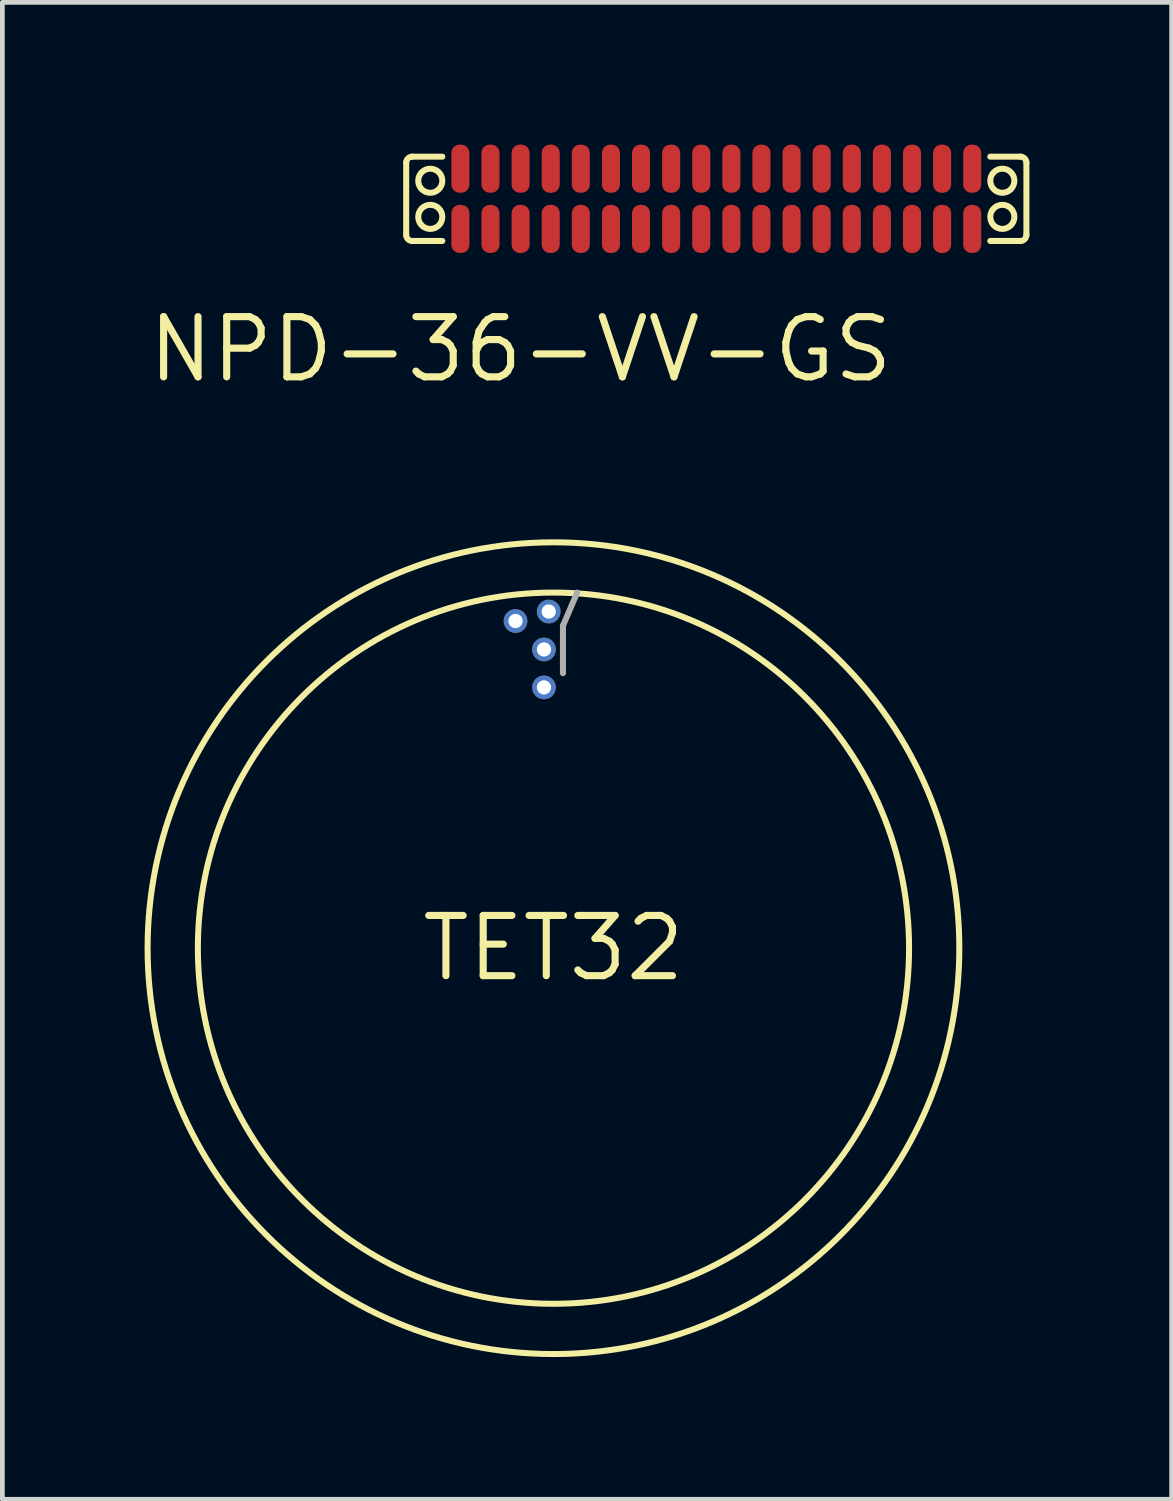
<source format=kicad_pcb>
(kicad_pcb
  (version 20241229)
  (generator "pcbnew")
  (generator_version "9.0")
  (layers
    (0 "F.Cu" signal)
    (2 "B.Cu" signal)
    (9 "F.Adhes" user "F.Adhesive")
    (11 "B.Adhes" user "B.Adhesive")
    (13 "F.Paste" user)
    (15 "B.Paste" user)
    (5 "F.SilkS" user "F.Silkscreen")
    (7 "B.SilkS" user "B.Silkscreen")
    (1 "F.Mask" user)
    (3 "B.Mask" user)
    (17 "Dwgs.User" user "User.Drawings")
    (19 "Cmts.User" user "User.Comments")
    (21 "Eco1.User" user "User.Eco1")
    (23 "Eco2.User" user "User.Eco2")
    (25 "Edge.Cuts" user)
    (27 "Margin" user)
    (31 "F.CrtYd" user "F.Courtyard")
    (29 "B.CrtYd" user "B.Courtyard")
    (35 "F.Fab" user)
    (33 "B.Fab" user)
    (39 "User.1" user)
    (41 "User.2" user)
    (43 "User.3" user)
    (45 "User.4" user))
  (footprint "NPD-36-VV-GS"
    (layer "F.Cu")
    (at 6.66 1.778)
    (property "Reference" "NPD-36-VV-GS" (at 1.27 2.54 0) (layer "F.SilkS") (effects (font (size 1.27 1.27) (thickness 0.15))))
    (attr through_hole)
    (fp_line (start -1.143 -1.397) (end -1.143 0.127) (stroke (width 0.127) (type solid)) (layer "F.SilkS"))
    (fp_line (start -1.016 0.254) (end -0.381 0.254) (stroke (width 0.127) (type solid)) (layer "F.SilkS"))
    (fp_line (start -0.381 -1.524) (end -1.016 -1.524) (stroke (width 0.127) (type solid)) (layer "F.SilkS"))
    (fp_line (start 11.176 0.254) (end 11.811 0.254) (stroke (width 0.127) (type solid)) (layer "F.SilkS"))
    (fp_line (start 11.811 -1.524) (end 11.176 -1.524) (stroke (width 0.127) (type solid)) (layer "F.SilkS"))
    (fp_line (start 11.938 0.127) (end 11.938 -1.397) (stroke (width 0.127) (type solid)) (layer "F.SilkS"))
    (fp_arc (start -1.143 -1.397) (mid -1.105803 -1.486803) (end -1.016 -1.524) (stroke (width 0.127) (type solid)) (layer "F.SilkS"))
    (fp_arc (start -1.015999 0.253999) (mid -1.105802 0.216802) (end -1.143 0.127) (stroke (width 0.127) (type solid)) (layer "F.SilkS"))
    (fp_arc (start 11.811 -1.524) (mid 11.900803 -1.486803) (end 11.938 -1.397) (stroke (width 0.127) (type solid)) (layer "F.SilkS"))
    (fp_arc (start 11.938001 0.126999) (mid 11.900803 0.216802) (end 11.811 0.254) (stroke (width 0.127) (type solid)) (layer "F.SilkS"))
    (fp_circle (center -0.635 -1.016) (end -0.381 -1.016) (stroke (width 0.127) (type solid)) (fill no) (layer "F.SilkS"))
    (fp_circle (center -0.635 -0.254) (end -0.381 -0.254) (stroke (width 0.127) (type solid)) (fill no) (layer "F.SilkS"))
    (fp_circle (center 11.43 -1.016) (end 11.684 -1.016) (stroke (width 0.127) (type solid)) (fill no) (layer "F.SilkS"))
    (fp_circle (center 11.43 -0.254) (end 11.684 -0.254) (stroke (width 0.127) (type solid)) (fill no) (layer "F.SilkS"))
    (pad "1" smd roundrect (at 0 0) (size 0.381 1.016) (layers "F.Cu" "F.Mask" "F.Paste") (roundrect_rratio 0.45))
    (pad "2" smd roundrect (at 0.635 0) (size 0.381 1.016) (layers "F.Cu" "F.Mask" "F.Paste") (roundrect_rratio 0.45))
    (pad "3" smd roundrect (at 1.27 0) (size 0.381 1.016) (layers "F.Cu" "F.Mask" "F.Paste") (roundrect_rratio 0.45))
    (pad "4" smd roundrect (at 1.905 0) (size 0.381 1.016) (layers "F.Cu" "F.Mask" "F.Paste") (roundrect_rratio 0.45))
    (pad "5" smd roundrect (at 2.54 0) (size 0.381 1.016) (layers "F.Cu" "F.Mask" "F.Paste") (roundrect_rratio 0.45))
    (pad "6" smd roundrect (at 3.175 0) (size 0.381 1.016) (layers "F.Cu" "F.Mask" "F.Paste") (roundrect_rratio 0.45))
    (pad "7" smd roundrect (at 3.81 0) (size 0.381 1.016) (layers "F.Cu" "F.Mask" "F.Paste") (roundrect_rratio 0.45))
    (pad "8" smd roundrect (at 4.445 0) (size 0.381 1.016) (layers "F.Cu" "F.Mask" "F.Paste") (roundrect_rratio 0.45))
    (pad "9" smd roundrect (at 5.08 0) (size 0.381 1.016) (layers "F.Cu" "F.Mask" "F.Paste") (roundrect_rratio 0.45))
    (pad "10" smd roundrect (at 5.715 0) (size 0.381 1.016) (layers "F.Cu" "F.Mask" "F.Paste") (roundrect_rratio 0.45))
    (pad "11" smd roundrect (at 6.35 0) (size 0.381 1.016) (layers "F.Cu" "F.Mask" "F.Paste") (roundrect_rratio 0.45))
    (pad "12" smd roundrect (at 6.985 0) (size 0.381 1.016) (layers "F.Cu" "F.Mask" "F.Paste") (roundrect_rratio 0.45))
    (pad "13" smd roundrect (at 7.62 0) (size 0.381 1.016) (layers "F.Cu" "F.Mask" "F.Paste") (roundrect_rratio 0.45))
    (pad "14" smd roundrect (at 8.255 0) (size 0.381 1.016) (layers "F.Cu" "F.Mask" "F.Paste") (roundrect_rratio 0.45))
    (pad "15" smd roundrect (at 8.89 0) (size 0.381 1.016) (layers "F.Cu" "F.Mask" "F.Paste") (roundrect_rratio 0.45))
    (pad "16" smd roundrect (at 9.525 0) (size 0.381 1.016) (layers "F.Cu" "F.Mask" "F.Paste") (roundrect_rratio 0.45))
    (pad "17" smd roundrect (at 10.16 0) (size 0.381 1.016) (layers "F.Cu" "F.Mask" "F.Paste") (roundrect_rratio 0.45))
    (pad "18" smd roundrect (at 10.795 0) (size 0.381 1.016) (layers "F.Cu" "F.Mask" "F.Paste") (roundrect_rratio 0.45))
    (pad "19" smd roundrect (at 10.795 -1.27) (size 0.381 1.016) (layers "F.Cu" "F.Mask" "F.Paste") (roundrect_rratio 0.45))
    (pad "20" smd roundrect (at 10.16 -1.27) (size 0.381 1.016) (layers "F.Cu" "F.Mask" "F.Paste") (roundrect_rratio 0.45))
    (pad "21" smd roundrect (at 9.525 -1.27) (size 0.381 1.016) (layers "F.Cu" "F.Mask" "F.Paste") (roundrect_rratio 0.45))
    (pad "22" smd roundrect (at 8.89 -1.27) (size 0.381 1.016) (layers "F.Cu" "F.Mask" "F.Paste") (roundrect_rratio 0.45))
    (pad "23" smd roundrect (at 8.255 -1.27) (size 0.381 1.016) (layers "F.Cu" "F.Mask" "F.Paste") (roundrect_rratio 0.45))
    (pad "24" smd roundrect (at 7.62 -1.27) (size 0.381 1.016) (layers "F.Cu" "F.Mask" "F.Paste") (roundrect_rratio 0.45))
    (pad "25" smd roundrect (at 6.985 -1.27) (size 0.381 1.016) (layers "F.Cu" "F.Mask" "F.Paste") (roundrect_rratio 0.45))
    (pad "26" smd roundrect (at 6.35 -1.27) (size 0.381 1.016) (layers "F.Cu" "F.Mask" "F.Paste") (roundrect_rratio 0.45))
    (pad "27" smd roundrect (at 5.715 -1.27) (size 0.381 1.016) (layers "F.Cu" "F.Mask" "F.Paste") (roundrect_rratio 0.45))
    (pad "28" smd roundrect (at 5.08 -1.27) (size 0.381 1.016) (layers "F.Cu" "F.Mask" "F.Paste") (roundrect_rratio 0.45))
    (pad "29" smd roundrect (at 4.445 -1.27) (size 0.381 1.016) (layers "F.Cu" "F.Mask" "F.Paste") (roundrect_rratio 0.45))
    (pad "30" smd roundrect (at 3.81 -1.27) (size 0.381 1.016) (layers "F.Cu" "F.Mask" "F.Paste") (roundrect_rratio 0.45))
    (pad "31" smd roundrect (at 3.175 -1.27) (size 0.381 1.016) (layers "F.Cu" "F.Mask" "F.Paste") (roundrect_rratio 0.45))
    (pad "32" smd roundrect (at 2.54 -1.27) (size 0.381 1.016) (layers "F.Cu" "F.Mask" "F.Paste") (roundrect_rratio 0.45))
    (pad "33" smd roundrect (at 1.905 -1.27) (size 0.381 1.016) (layers "F.Cu" "F.Mask" "F.Paste") (roundrect_rratio 0.45))
    (pad "34" smd roundrect (at 1.27 -1.27) (size 0.381 1.016) (layers "F.Cu" "F.Mask" "F.Paste") (roundrect_rratio 0.45))
    (pad "35" smd roundrect (at 0.635 -1.27) (size 0.381 1.016) (layers "F.Cu" "F.Mask" "F.Paste") (roundrect_rratio 0.45))
    (pad "36" smd roundrect (at 0 -1.27) (size 0.381 1.016) (layers "F.Cu" "F.Mask" "F.Paste") (roundrect_rratio 0.45)))
  (footprint "TET32"
    (layer "F.Cu")
    (at 8.623 16.948)
    (property "Reference" "TET32" (at 0 0 0) (layer "F.SilkS") (effects (font (size 1.27 1.27) (thickness 0.15))))
    (attr through_hole)
    (fp_circle (center 0 0) (end 7.5 0) (stroke (width 0.127) (type solid)) (fill no) (layer "F.SilkS"))
    (fp_circle (center 0 0) (end 8.56 0) (stroke (width 0.127) (type solid)) (fill no) (layer "F.SilkS"))
    (fp_line (start 0.2 -6.8) (end 0.2 -5.8) (stroke (width 0.127) (type solid)) (layer "F.Fab"))
    (fp_line (start 0.5 -7.5) (end 0.2 -6.8) (stroke (width 0.127) (type solid)) (layer "F.Fab"))
    (pad "P$1" thru_hole circle (at -0.8 -6.9) (size 0.5 0.5) (drill 0.3) (layers "*.Cu" "*.Mask"))
    (pad "P$2" thru_hole circle (at -0.1 -7.1) (size 0.5 0.5) (drill 0.3) (layers "*.Cu" "*.Mask"))
    (pad "P$3" thru_hole circle (at -0.2 -6.3) (size 0.5 0.5) (drill 0.3) (layers "*.Cu" "*.Mask"))
    (pad "P$4" thru_hole circle (at -0.2 -5.5) (size 0.5 0.5) (drill 0.3) (layers "*.Cu" "*.Mask")))
  (gr_rect
    (start -3 -3)
    (end 21.661 28.571)
    (stroke (width 0.1) (type default))
    (fill no)
    (layer "Edge.Cuts")))
</source>
